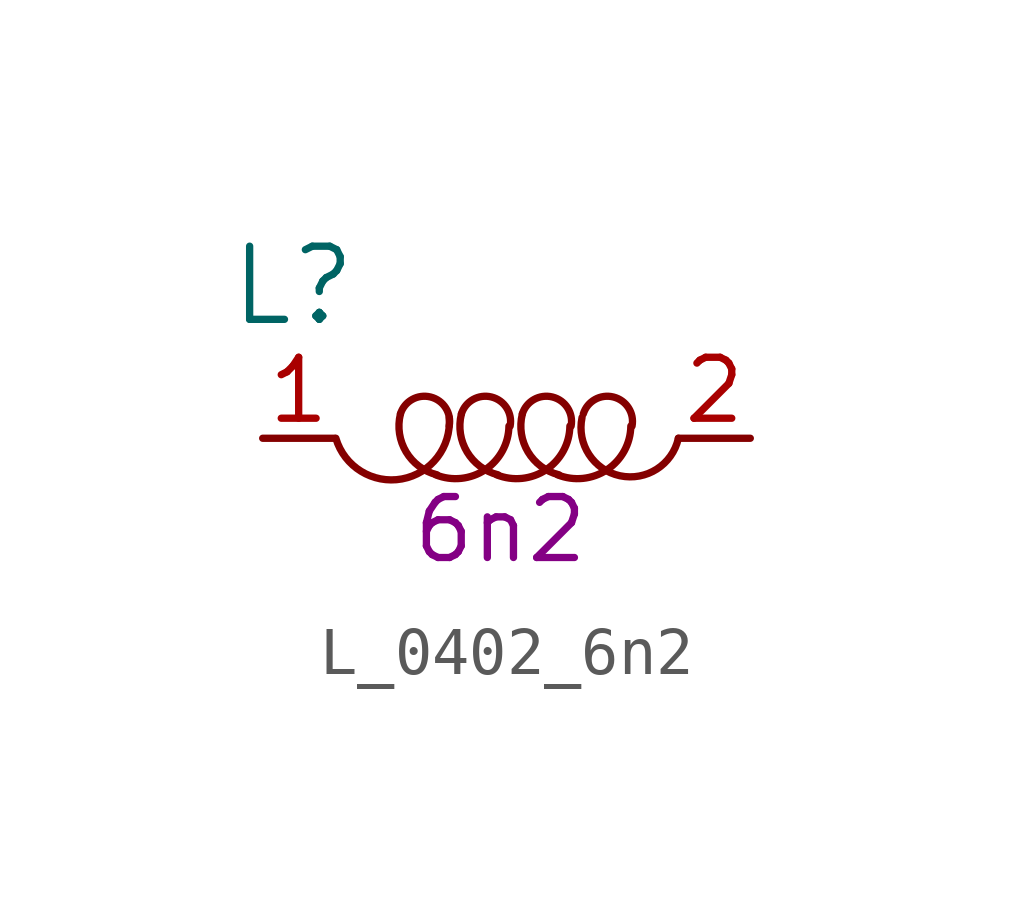
<source format=kicad_sym>
(kicad_symbol_lib
  (version 20211014)
  (generator kicad_symbol_editor)
  (symbol "L_0402_6n2"
    (pin_names
      (offset 1.016))
    (property "Reference" "L"
      (at -4.445 3.175 0)
      (effects (font (size 1.524 1.524))))
    (property "Val" "6n2"
      (at -0.127 -1.905 0)
      (effects (font (size 1.27 1.27))))
    (symbol "L_0402_6n2_0_1"
      (arc (start -3.556 0) (mid -2.1694 -0.8461) (end -1.1938 0.4318) (stroke (width 0) (type default) (color 0 0 0 0)) (fill (type none)))
      (arc (start -2.2098 0.508) (mid -2.0918 -0.2848) (end -1.4478 -0.762) (stroke (width 0) (type default) (color 0 0 0 0)) (fill (type none)))
      (arc (start -1.4732 -0.762) (mid -0.4347 -0.6489) (end 0.0508 0.254) (stroke (width 0) (type default) (color 0 0 0 0)) (fill (type none)))
      (arc (start -1.1938 0.254) (mid -1.5764 0.8583) (end -2.2098 0.508) (stroke (width 0) (type default) (color 0 0 0 0)) (fill (type none)))
      (arc (start -0.9398 0.508) (mid -0.8218 -0.2848) (end -0.1778 -0.762) (stroke (width 0) (type default) (color 0 0 0 0)) (fill (type none)))
      (arc (start -0.2032 -0.762) (mid 0.8353 -0.6489) (end 1.3208 0.254) (stroke (width 0) (type default) (color 0 0 0 0)) (fill (type none)))
      (arc (start 0.0762 0.254) (mid -0.3064 0.8583) (end -0.9398 0.508) (stroke (width 0) (type default) (color 0 0 0 0)) (fill (type none)))
      (arc (start 0.3302 0.508) (mid 0.4482 -0.2848) (end 1.0922 -0.762) (stroke (width 0) (type default) (color 0 0 0 0)) (fill (type none)))
      (arc (start 1.0668 -0.762) (mid 2.1053 -0.6489) (end 2.5908 0.254) (stroke (width 0) (type default) (color 0 0 0 0)) (fill (type none)))
      (arc (start 1.3462 0.254) (mid 0.9636 0.8583) (end 0.3302 0.508) (stroke (width 0) (type default) (color 0 0 0 0)) (fill (type none)))
      (arc (start 1.5748 0.4318) (mid 2.3727 -0.7843) (end 3.5814 0) (stroke (width 0) (type default) (color 0 0 0 0)) (fill (type none)))
      (arc (start 2.6162 0.254) (mid 2.2336 0.8583) (end 1.6002 0.508) (stroke (width 0) (type default) (color 0 0 0 0)) (fill (type none))))
    (symbol "L_0402_6n2_1_1"
      (pin passive line (at -5.08 0 0) (length 1.499) (name "~" (effects (font (size 1.27 1.27)))) (number "1" (effects (font (size 1.27 1.27)))))
      (pin passive line (at 5.08 0 180) (length 1.499) (name "~" (effects (font (size 1.27 1.27)))) (number "2" (effects (font (size 1.27 1.27))))))))
</source>
